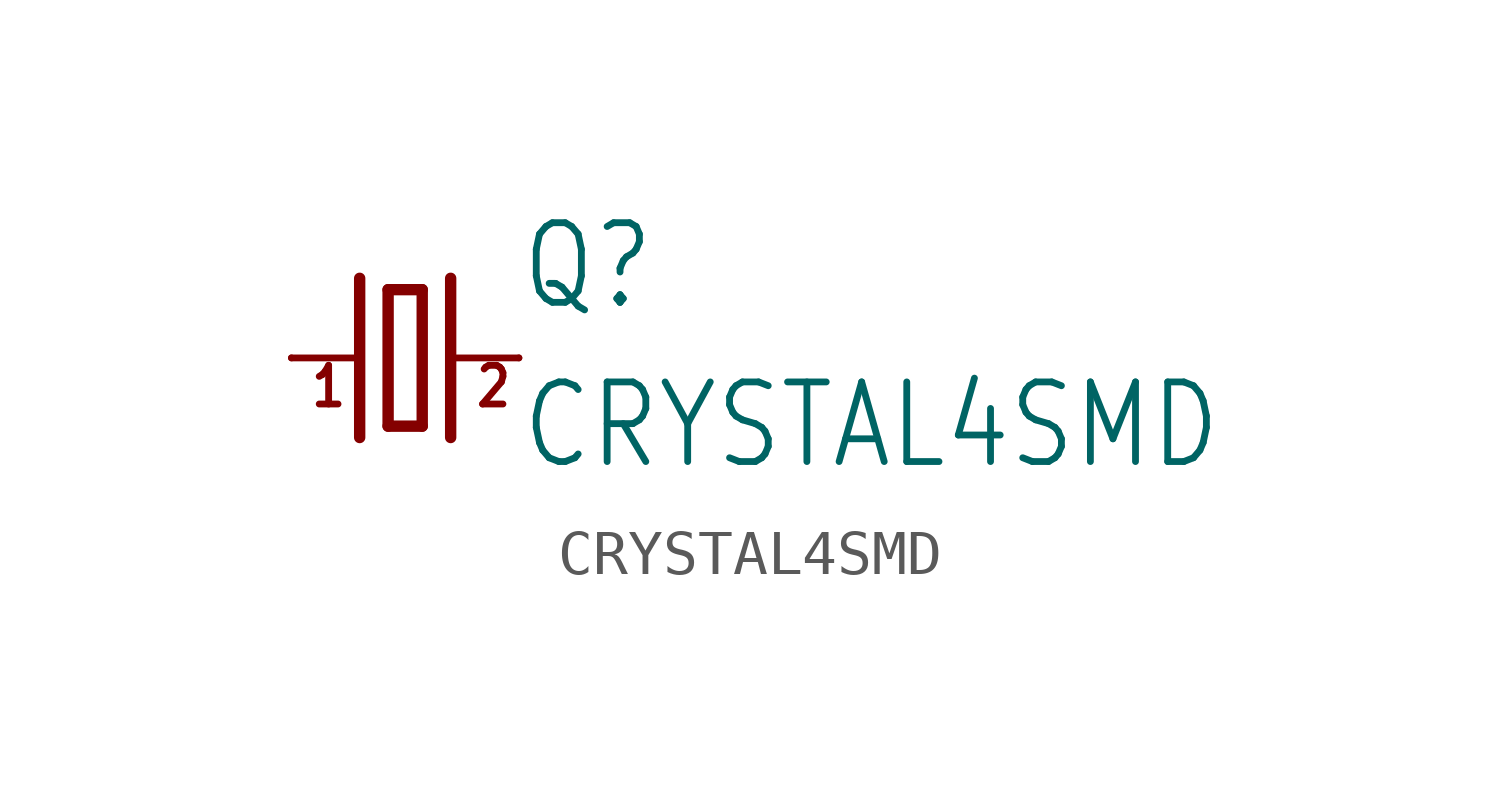
<source format=kicad_sym>
(kicad_symbol_lib
  (version 20211014)
  (generator kicad_symbol_editor)
  (symbol "CRYSTAL4SMD"
    (property "Reference" "Q"
      (at 2.54 1.016 0)
      (effects (font (size 1.778 1.511)) (justify left bottom)))
    (property "Value" "CRYSTAL4SMD"
      (at 2.54 -2.54 0)
      (effects (font (size 1.778 1.511)) (justify left bottom)))
    (property "ki_locked" ""
      (at 0 0 0)
      (effects (font (size 1.27 1.27))))
    (symbol "CRYSTAL4SMD_1_0"
      (polyline (pts (xy -2.54 0) (xy -1.016 0)) (stroke (width 0.152) (type default) (color 0 0 0 0)) (fill (type none)))
      (polyline (pts (xy -1.016 1.778) (xy -1.016 -1.778)) (stroke (width 0.254) (type default) (color 0 0 0 0)) (fill (type none)))
      (polyline (pts (xy -0.381 -1.524) (xy 0.381 -1.524)) (stroke (width 0.254) (type default) (color 0 0 0 0)) (fill (type none)))
      (polyline (pts (xy -0.381 1.524) (xy -0.381 -1.524)) (stroke (width 0.254) (type default) (color 0 0 0 0)) (fill (type none)))
      (polyline (pts (xy 0.381 -1.524) (xy 0.381 1.524)) (stroke (width 0.254) (type default) (color 0 0 0 0)) (fill (type none)))
      (polyline (pts (xy 0.381 1.524) (xy -0.381 1.524)) (stroke (width 0.254) (type default) (color 0 0 0 0)) (fill (type none)))
      (polyline (pts (xy 1.016 0) (xy 2.54 0)) (stroke (width 0.152) (type default) (color 0 0 0 0)) (fill (type none)))
      (polyline (pts (xy 1.016 1.778) (xy 1.016 -1.778)) (stroke (width 0.254) (type default) (color 0 0 0 0)) (fill (type none)))
      (text "1" (at -2.159 -1.143 0) (effects (font (size 0.864 0.734)) (justify left bottom)))
      (text "2" (at 1.524 -1.143 0) (effects (font (size 0.864 0.734)) (justify left bottom)))
      (pin passive line (at -2.54 0 0) (length 0) (name "1" (effects (font (size 0 0)))) (number "1" (effects (font (size 0 0)))))
      (pin passive line (at 2.54 0 180) (length 0) (name "2" (effects (font (size 0 0)))) (number "3" (effects (font (size 0 0))))))))
</source>
